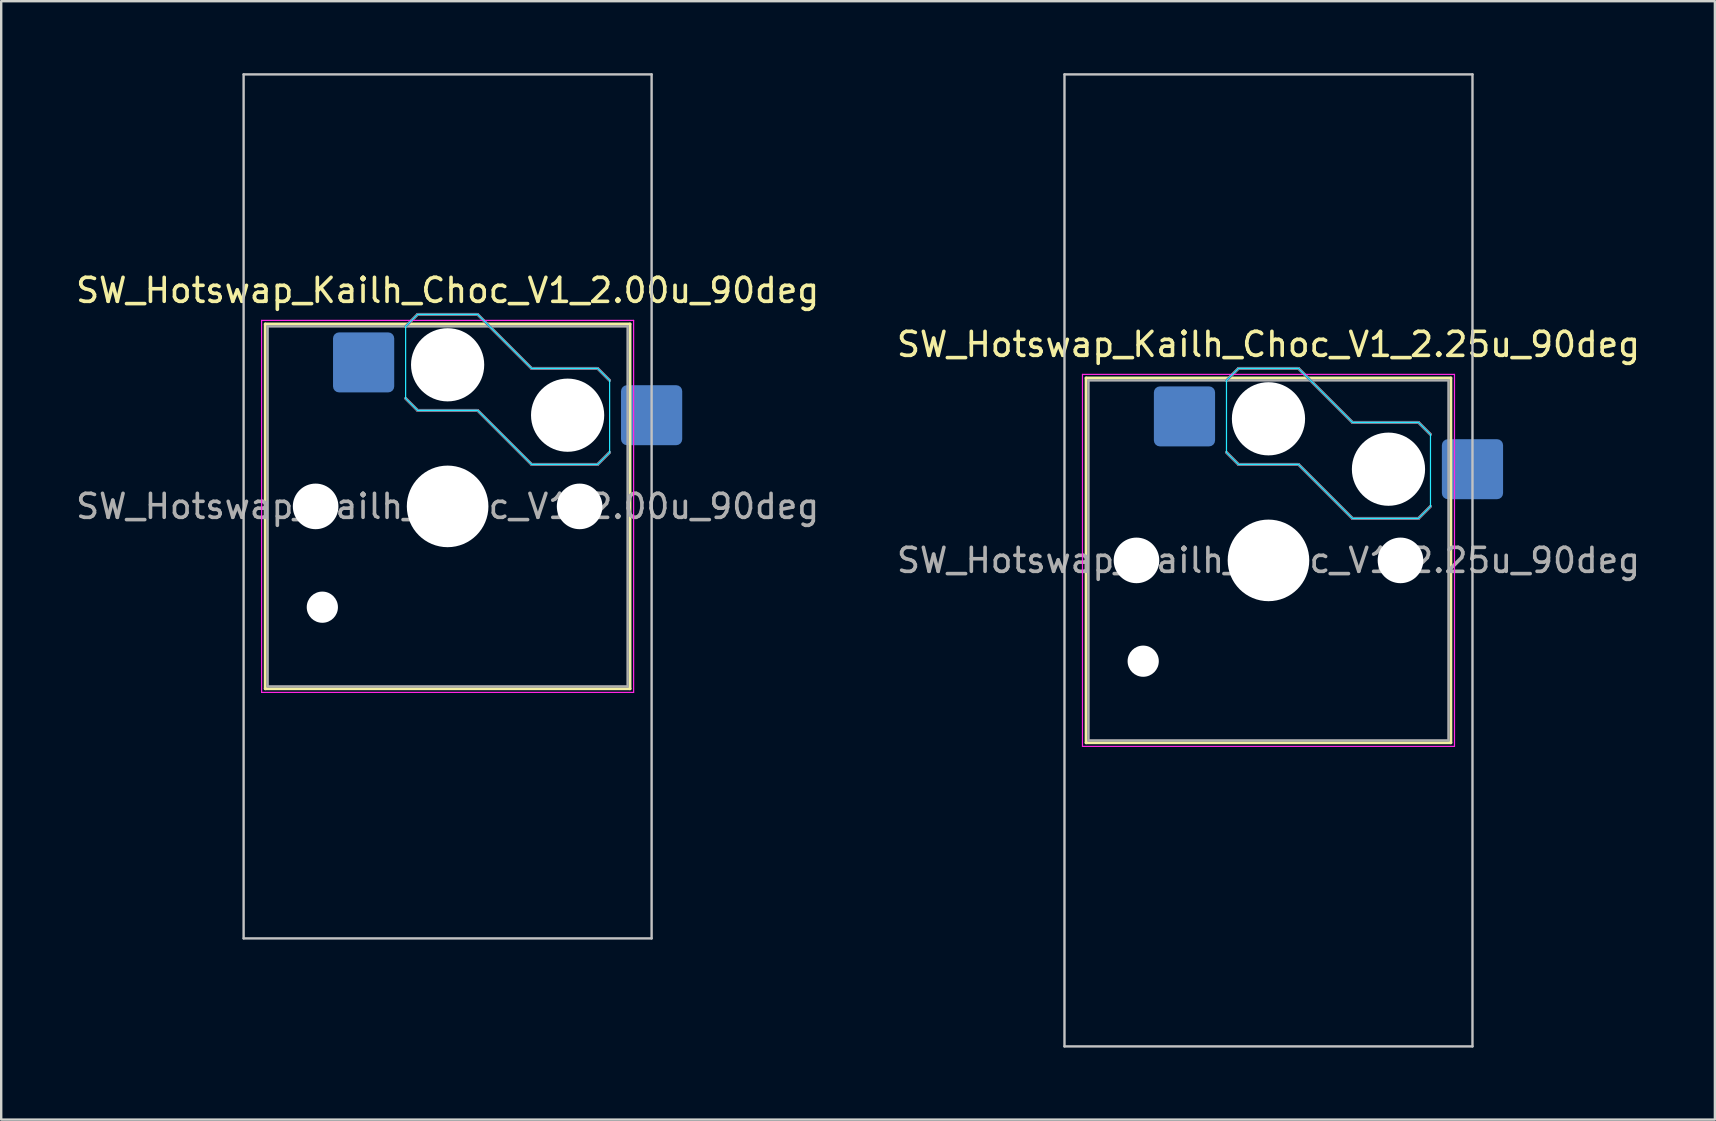
<source format=kicad_pcb>
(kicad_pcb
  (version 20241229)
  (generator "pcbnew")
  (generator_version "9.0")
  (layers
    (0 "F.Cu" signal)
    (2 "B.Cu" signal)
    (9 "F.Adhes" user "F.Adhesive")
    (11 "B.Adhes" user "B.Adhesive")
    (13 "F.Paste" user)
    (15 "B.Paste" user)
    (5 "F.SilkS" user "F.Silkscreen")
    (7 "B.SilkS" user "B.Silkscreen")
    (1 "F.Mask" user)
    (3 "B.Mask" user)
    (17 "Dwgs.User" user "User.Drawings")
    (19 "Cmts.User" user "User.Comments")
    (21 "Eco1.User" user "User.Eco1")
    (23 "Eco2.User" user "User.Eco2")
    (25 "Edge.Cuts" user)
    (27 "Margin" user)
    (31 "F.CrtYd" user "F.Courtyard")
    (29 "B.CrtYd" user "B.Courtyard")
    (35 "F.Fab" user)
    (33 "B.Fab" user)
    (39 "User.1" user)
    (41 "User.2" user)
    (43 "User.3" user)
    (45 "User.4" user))
  (footprint "SW_Hotswap_Kailh_Choc_V1_2.00u_90deg"
    (layer "F.Cu")
    (at 15.601 18.05)
    (property "Reference" "SW_Hotswap_Kailh_Choc_V1_2.00u_90deg" (at 0 -9 0) (layer "F.SilkS") (effects (font (size 1 1) (thickness 0.15))))
    (attr smd)
    (fp_line (start -7.6 -7.6) (end -7.6 7.6) (stroke (width 0.12) (type solid)) (layer "F.SilkS"))
    (fp_line (start -7.6 7.6) (end 7.6 7.6) (stroke (width 0.12) (type solid)) (layer "F.SilkS"))
    (fp_line (start 7.6 -7.6) (end -7.6 -7.6) (stroke (width 0.12) (type solid)) (layer "F.SilkS"))
    (fp_line (start 7.6 7.6) (end 7.6 -7.6) (stroke (width 0.12) (type solid)) (layer "F.SilkS"))
    (fp_line (start -1.75 -7.5) (end -1.25 -8) (stroke (width 0.12) (type solid)) (layer "B.SilkS"))
    (fp_line (start -1.25 -8) (end 1.25 -8) (stroke (width 0.12) (type solid)) (layer "B.SilkS"))
    (fp_line (start -1.25 -4) (end -1.75 -4.5) (stroke (width 0.12) (type solid)) (layer "B.SilkS"))
    (fp_line (start 1.25 -8) (end 3.5 -5.75) (stroke (width 0.12) (type solid)) (layer "B.SilkS"))
    (fp_line (start 1.25 -4) (end -1.25 -4) (stroke (width 0.12) (type solid)) (layer "B.SilkS"))
    (fp_line (start 3.5 -5.75) (end 6.25 -5.75) (stroke (width 0.12) (type solid)) (layer "B.SilkS"))
    (fp_line (start 3.5 -1.75) (end 1.25 -4) (stroke (width 0.12) (type solid)) (layer "B.SilkS"))
    (fp_line (start 6.25 -5.75) (end 6.75 -5.25) (stroke (width 0.12) (type solid)) (layer "B.SilkS"))
    (fp_line (start 6.25 -1.75) (end 3.5 -1.75) (stroke (width 0.12) (type solid)) (layer "B.SilkS"))
    (fp_line (start 6.75 -2.25) (end 6.25 -1.75) (stroke (width 0.12) (type solid)) (layer "B.SilkS"))
    (fp_line (start -8.5 -18) (end 8.5 -18) (stroke (width 0.1) (type solid)) (layer "Dwgs.User"))
    (fp_line (start -8.5 18) (end -8.5 -18) (stroke (width 0.1) (type solid)) (layer "Dwgs.User"))
    (fp_line (start 8.5 -18) (end 8.5 18) (stroke (width 0.1) (type solid)) (layer "Dwgs.User"))
    (fp_line (start 8.5 18) (end -8.5 18) (stroke (width 0.1) (type solid)) (layer "Dwgs.User"))
    (fp_line (start -7.25 -7.25) (end -7.25 7.25) (stroke (width 0.1) (type solid)) (layer "Eco1.User"))
    (fp_line (start -7.25 7.25) (end 7.25 7.25) (stroke (width 0.1) (type solid)) (layer "Eco1.User"))
    (fp_line (start 7.25 -7.25) (end -7.25 -7.25) (stroke (width 0.1) (type solid)) (layer "Eco1.User"))
    (fp_line (start 7.25 7.25) (end 7.25 -7.25) (stroke (width 0.1) (type solid)) (layer "Eco1.User"))
    (fp_line (start -1.75 -7.5) (end -1.25 -8) (stroke (width 0.05) (type solid)) (layer "B.CrtYd"))
    (fp_line (start -1.75 -4.5) (end -1.75 -7.5) (stroke (width 0.05) (type solid)) (layer "B.CrtYd"))
    (fp_line (start -1.25 -8) (end 1.25 -8) (stroke (width 0.05) (type solid)) (layer "B.CrtYd"))
    (fp_line (start -1.25 -4) (end -1.75 -4.5) (stroke (width 0.05) (type solid)) (layer "B.CrtYd"))
    (fp_line (start 1.25 -8) (end 3.5 -5.75) (stroke (width 0.05) (type solid)) (layer "B.CrtYd"))
    (fp_line (start 1.25 -4) (end -1.25 -4) (stroke (width 0.05) (type solid)) (layer "B.CrtYd"))
    (fp_line (start 3.5 -5.75) (end 6.25 -5.75) (stroke (width 0.05) (type solid)) (layer "B.CrtYd"))
    (fp_line (start 3.5 -1.75) (end 1.25 -4) (stroke (width 0.05) (type solid)) (layer "B.CrtYd"))
    (fp_line (start 6.25 -5.75) (end 6.75 -5.25) (stroke (width 0.05) (type solid)) (layer "B.CrtYd"))
    (fp_line (start 6.25 -1.75) (end 3.5 -1.75) (stroke (width 0.05) (type solid)) (layer "B.CrtYd"))
    (fp_line (start 6.75 -5.25) (end 6.75 -2.25) (stroke (width 0.05) (type solid)) (layer "B.CrtYd"))
    (fp_line (start 6.75 -2.25) (end 6.25 -1.75) (stroke (width 0.05) (type solid)) (layer "B.CrtYd"))
    (fp_line (start -7.75 -7.75) (end -7.75 7.75) (stroke (width 0.05) (type solid)) (layer "F.CrtYd"))
    (fp_line (start -7.75 7.75) (end 7.75 7.75) (stroke (width 0.05) (type solid)) (layer "F.CrtYd"))
    (fp_line (start 7.75 -7.75) (end -7.75 -7.75) (stroke (width 0.05) (type solid)) (layer "F.CrtYd"))
    (fp_line (start 7.75 7.75) (end 7.75 -7.75) (stroke (width 0.05) (type solid)) (layer "F.CrtYd"))
    (fp_line (start -1.75 -7.5) (end -1.25 -8) (stroke (width 0.1) (type solid)) (layer "B.Fab"))
    (fp_line (start -1.25 -8) (end 1.25 -8) (stroke (width 0.1) (type solid)) (layer "B.Fab"))
    (fp_line (start -1.25 -4) (end -1.75 -4.5) (stroke (width 0.1) (type solid)) (layer "B.Fab"))
    (fp_line (start 1.25 -8) (end 3.5 -5.75) (stroke (width 0.1) (type solid)) (layer "B.Fab"))
    (fp_line (start 1.25 -4) (end -1.25 -4) (stroke (width 0.1) (type solid)) (layer "B.Fab"))
    (fp_line (start 3.5 -5.75) (end 6.25 -5.75) (stroke (width 0.1) (type solid)) (layer "B.Fab"))
    (fp_line (start 3.5 -1.75) (end 1.25 -4) (stroke (width 0.1) (type solid)) (layer "B.Fab"))
    (fp_line (start 6.25 -5.75) (end 6.75 -5.25) (stroke (width 0.1) (type solid)) (layer "B.Fab"))
    (fp_line (start 6.25 -1.75) (end 3.5 -1.75) (stroke (width 0.1) (type solid)) (layer "B.Fab"))
    (fp_line (start 6.75 -2.25) (end 6.25 -1.75) (stroke (width 0.1) (type solid)) (layer "B.Fab"))
    (fp_line (start -7.5 -7.5) (end -7.5 7.5) (stroke (width 0.1) (type solid)) (layer "F.Fab"))
    (fp_line (start -7.5 7.5) (end 7.5 7.5) (stroke (width 0.1) (type solid)) (layer "F.Fab"))
    (fp_line (start 7.5 -7.5) (end -7.5 -7.5) (stroke (width 0.1) (type solid)) (layer "F.Fab"))
    (fp_line (start 7.5 7.5) (end 7.5 -7.5) (stroke (width 0.1) (type solid)) (layer "F.Fab"))
    (fp_text user "${REFERENCE}" (at 0 0 0) (layer "F.Fab") (effects (font (size 1 1) (thickness 0.15))))
    (pad "" np_thru_hole circle (at -5.5 0) (size 1.9 1.9) (drill 1.9) (layers "*.Cu" "*.Mask"))
    (pad "" np_thru_hole circle (at -5.22 4.2) (size 1.3 1.3) (drill 1.3) (layers "*.Cu" "*.Mask"))
    (pad "" np_thru_hole circle (at 0 -5.9) (size 3.05 3.05) (drill 3.05) (layers "*.Cu" "*.Mask"))
    (pad "" np_thru_hole circle (at 0 0) (size 3.4 3.4) (drill 3.4) (layers "*.Cu" "*.Mask"))
    (pad "" np_thru_hole circle (at 5 -3.8) (size 3.05 3.05) (drill 3.05) (layers "*.Cu" "*.Mask"))
    (pad "" np_thru_hole circle (at 5.5 0) (size 1.9 1.9) (drill 1.9) (layers "*.Cu" "*.Mask"))
    (pad "1" smd roundrect (at -3.5 -6) (size 2.55 2.5) (layers "B.Cu" "B.Mask" "B.Paste") (roundrect_rratio 0.1))
    (pad "2" smd roundrect (at 8.5 -3.8) (size 2.55 2.5) (layers "B.Cu" "B.Mask" "B.Paste") (roundrect_rratio 0.1)))
  (footprint "SW_Hotswap_Kailh_Choc_V1_2.25u_90deg"
    (layer "F.Cu")
    (at 49.804 20.3)
    (property "Reference" "SW_Hotswap_Kailh_Choc_V1_2.25u_90deg" (at 0 -9 0) (layer "F.SilkS") (effects (font (size 1 1) (thickness 0.15))))
    (attr smd)
    (fp_line (start -7.6 -7.6) (end -7.6 7.6) (stroke (width 0.12) (type solid)) (layer "F.SilkS"))
    (fp_line (start -7.6 7.6) (end 7.6 7.6) (stroke (width 0.12) (type solid)) (layer "F.SilkS"))
    (fp_line (start 7.6 -7.6) (end -7.6 -7.6) (stroke (width 0.12) (type solid)) (layer "F.SilkS"))
    (fp_line (start 7.6 7.6) (end 7.6 -7.6) (stroke (width 0.12) (type solid)) (layer "F.SilkS"))
    (fp_line (start -1.75 -7.5) (end -1.25 -8) (stroke (width 0.12) (type solid)) (layer "B.SilkS"))
    (fp_line (start -1.25 -8) (end 1.25 -8) (stroke (width 0.12) (type solid)) (layer "B.SilkS"))
    (fp_line (start -1.25 -4) (end -1.75 -4.5) (stroke (width 0.12) (type solid)) (layer "B.SilkS"))
    (fp_line (start 1.25 -8) (end 3.5 -5.75) (stroke (width 0.12) (type solid)) (layer "B.SilkS"))
    (fp_line (start 1.25 -4) (end -1.25 -4) (stroke (width 0.12) (type solid)) (layer "B.SilkS"))
    (fp_line (start 3.5 -5.75) (end 6.25 -5.75) (stroke (width 0.12) (type solid)) (layer "B.SilkS"))
    (fp_line (start 3.5 -1.75) (end 1.25 -4) (stroke (width 0.12) (type solid)) (layer "B.SilkS"))
    (fp_line (start 6.25 -5.75) (end 6.75 -5.25) (stroke (width 0.12) (type solid)) (layer "B.SilkS"))
    (fp_line (start 6.25 -1.75) (end 3.5 -1.75) (stroke (width 0.12) (type solid)) (layer "B.SilkS"))
    (fp_line (start 6.75 -2.25) (end 6.25 -1.75) (stroke (width 0.12) (type solid)) (layer "B.SilkS"))
    (fp_line (start -8.5 -20.25) (end 8.5 -20.25) (stroke (width 0.1) (type solid)) (layer "Dwgs.User"))
    (fp_line (start -8.5 20.25) (end -8.5 -20.25) (stroke (width 0.1) (type solid)) (layer "Dwgs.User"))
    (fp_line (start 8.5 -20.25) (end 8.5 20.25) (stroke (width 0.1) (type solid)) (layer "Dwgs.User"))
    (fp_line (start 8.5 20.25) (end -8.5 20.25) (stroke (width 0.1) (type solid)) (layer "Dwgs.User"))
    (fp_line (start -7.25 -7.25) (end -7.25 7.25) (stroke (width 0.1) (type solid)) (layer "Eco1.User"))
    (fp_line (start -7.25 7.25) (end 7.25 7.25) (stroke (width 0.1) (type solid)) (layer "Eco1.User"))
    (fp_line (start 7.25 -7.25) (end -7.25 -7.25) (stroke (width 0.1) (type solid)) (layer "Eco1.User"))
    (fp_line (start 7.25 7.25) (end 7.25 -7.25) (stroke (width 0.1) (type solid)) (layer "Eco1.User"))
    (fp_line (start -1.75 -7.5) (end -1.25 -8) (stroke (width 0.05) (type solid)) (layer "B.CrtYd"))
    (fp_line (start -1.75 -4.5) (end -1.75 -7.5) (stroke (width 0.05) (type solid)) (layer "B.CrtYd"))
    (fp_line (start -1.25 -8) (end 1.25 -8) (stroke (width 0.05) (type solid)) (layer "B.CrtYd"))
    (fp_line (start -1.25 -4) (end -1.75 -4.5) (stroke (width 0.05) (type solid)) (layer "B.CrtYd"))
    (fp_line (start 1.25 -8) (end 3.5 -5.75) (stroke (width 0.05) (type solid)) (layer "B.CrtYd"))
    (fp_line (start 1.25 -4) (end -1.25 -4) (stroke (width 0.05) (type solid)) (layer "B.CrtYd"))
    (fp_line (start 3.5 -5.75) (end 6.25 -5.75) (stroke (width 0.05) (type solid)) (layer "B.CrtYd"))
    (fp_line (start 3.5 -1.75) (end 1.25 -4) (stroke (width 0.05) (type solid)) (layer "B.CrtYd"))
    (fp_line (start 6.25 -5.75) (end 6.75 -5.25) (stroke (width 0.05) (type solid)) (layer "B.CrtYd"))
    (fp_line (start 6.25 -1.75) (end 3.5 -1.75) (stroke (width 0.05) (type solid)) (layer "B.CrtYd"))
    (fp_line (start 6.75 -5.25) (end 6.75 -2.25) (stroke (width 0.05) (type solid)) (layer "B.CrtYd"))
    (fp_line (start 6.75 -2.25) (end 6.25 -1.75) (stroke (width 0.05) (type solid)) (layer "B.CrtYd"))
    (fp_line (start -7.75 -7.75) (end -7.75 7.75) (stroke (width 0.05) (type solid)) (layer "F.CrtYd"))
    (fp_line (start -7.75 7.75) (end 7.75 7.75) (stroke (width 0.05) (type solid)) (layer "F.CrtYd"))
    (fp_line (start 7.75 -7.75) (end -7.75 -7.75) (stroke (width 0.05) (type solid)) (layer "F.CrtYd"))
    (fp_line (start 7.75 7.75) (end 7.75 -7.75) (stroke (width 0.05) (type solid)) (layer "F.CrtYd"))
    (fp_line (start -1.75 -7.5) (end -1.25 -8) (stroke (width 0.1) (type solid)) (layer "B.Fab"))
    (fp_line (start -1.25 -8) (end 1.25 -8) (stroke (width 0.1) (type solid)) (layer "B.Fab"))
    (fp_line (start -1.25 -4) (end -1.75 -4.5) (stroke (width 0.1) (type solid)) (layer "B.Fab"))
    (fp_line (start 1.25 -8) (end 3.5 -5.75) (stroke (width 0.1) (type solid)) (layer "B.Fab"))
    (fp_line (start 1.25 -4) (end -1.25 -4) (stroke (width 0.1) (type solid)) (layer "B.Fab"))
    (fp_line (start 3.5 -5.75) (end 6.25 -5.75) (stroke (width 0.1) (type solid)) (layer "B.Fab"))
    (fp_line (start 3.5 -1.75) (end 1.25 -4) (stroke (width 0.1) (type solid)) (layer "B.Fab"))
    (fp_line (start 6.25 -5.75) (end 6.75 -5.25) (stroke (width 0.1) (type solid)) (layer "B.Fab"))
    (fp_line (start 6.25 -1.75) (end 3.5 -1.75) (stroke (width 0.1) (type solid)) (layer "B.Fab"))
    (fp_line (start 6.75 -2.25) (end 6.25 -1.75) (stroke (width 0.1) (type solid)) (layer "B.Fab"))
    (fp_line (start -7.5 -7.5) (end -7.5 7.5) (stroke (width 0.1) (type solid)) (layer "F.Fab"))
    (fp_line (start -7.5 7.5) (end 7.5 7.5) (stroke (width 0.1) (type solid)) (layer "F.Fab"))
    (fp_line (start 7.5 -7.5) (end -7.5 -7.5) (stroke (width 0.1) (type solid)) (layer "F.Fab"))
    (fp_line (start 7.5 7.5) (end 7.5 -7.5) (stroke (width 0.1) (type solid)) (layer "F.Fab"))
    (fp_text user "${REFERENCE}" (at 0 0 0) (layer "F.Fab") (effects (font (size 1 1) (thickness 0.15))))
    (pad "" np_thru_hole circle (at -5.5 0) (size 1.9 1.9) (drill 1.9) (layers "*.Cu" "*.Mask"))
    (pad "" np_thru_hole circle (at -5.22 4.2) (size 1.3 1.3) (drill 1.3) (layers "*.Cu" "*.Mask"))
    (pad "" np_thru_hole circle (at 0 -5.9) (size 3.05 3.05) (drill 3.05) (layers "*.Cu" "*.Mask"))
    (pad "" np_thru_hole circle (at 0 0) (size 3.4 3.4) (drill 3.4) (layers "*.Cu" "*.Mask"))
    (pad "" np_thru_hole circle (at 5 -3.8) (size 3.05 3.05) (drill 3.05) (layers "*.Cu" "*.Mask"))
    (pad "" np_thru_hole circle (at 5.5 0) (size 1.9 1.9) (drill 1.9) (layers "*.Cu" "*.Mask"))
    (pad "1" smd roundrect (at -3.5 -6) (size 2.55 2.5) (layers "B.Cu" "B.Mask" "B.Paste") (roundrect_rratio 0.1))
    (pad "2" smd roundrect (at 8.5 -3.8) (size 2.55 2.5) (layers "B.Cu" "B.Mask" "B.Paste") (roundrect_rratio 0.1)))
  (gr_rect
    (start -3 -3)
    (end 68.405 43.6)
    (stroke (width 0.1) (type default))
    (fill no)
    (layer "Edge.Cuts")))
</source>
